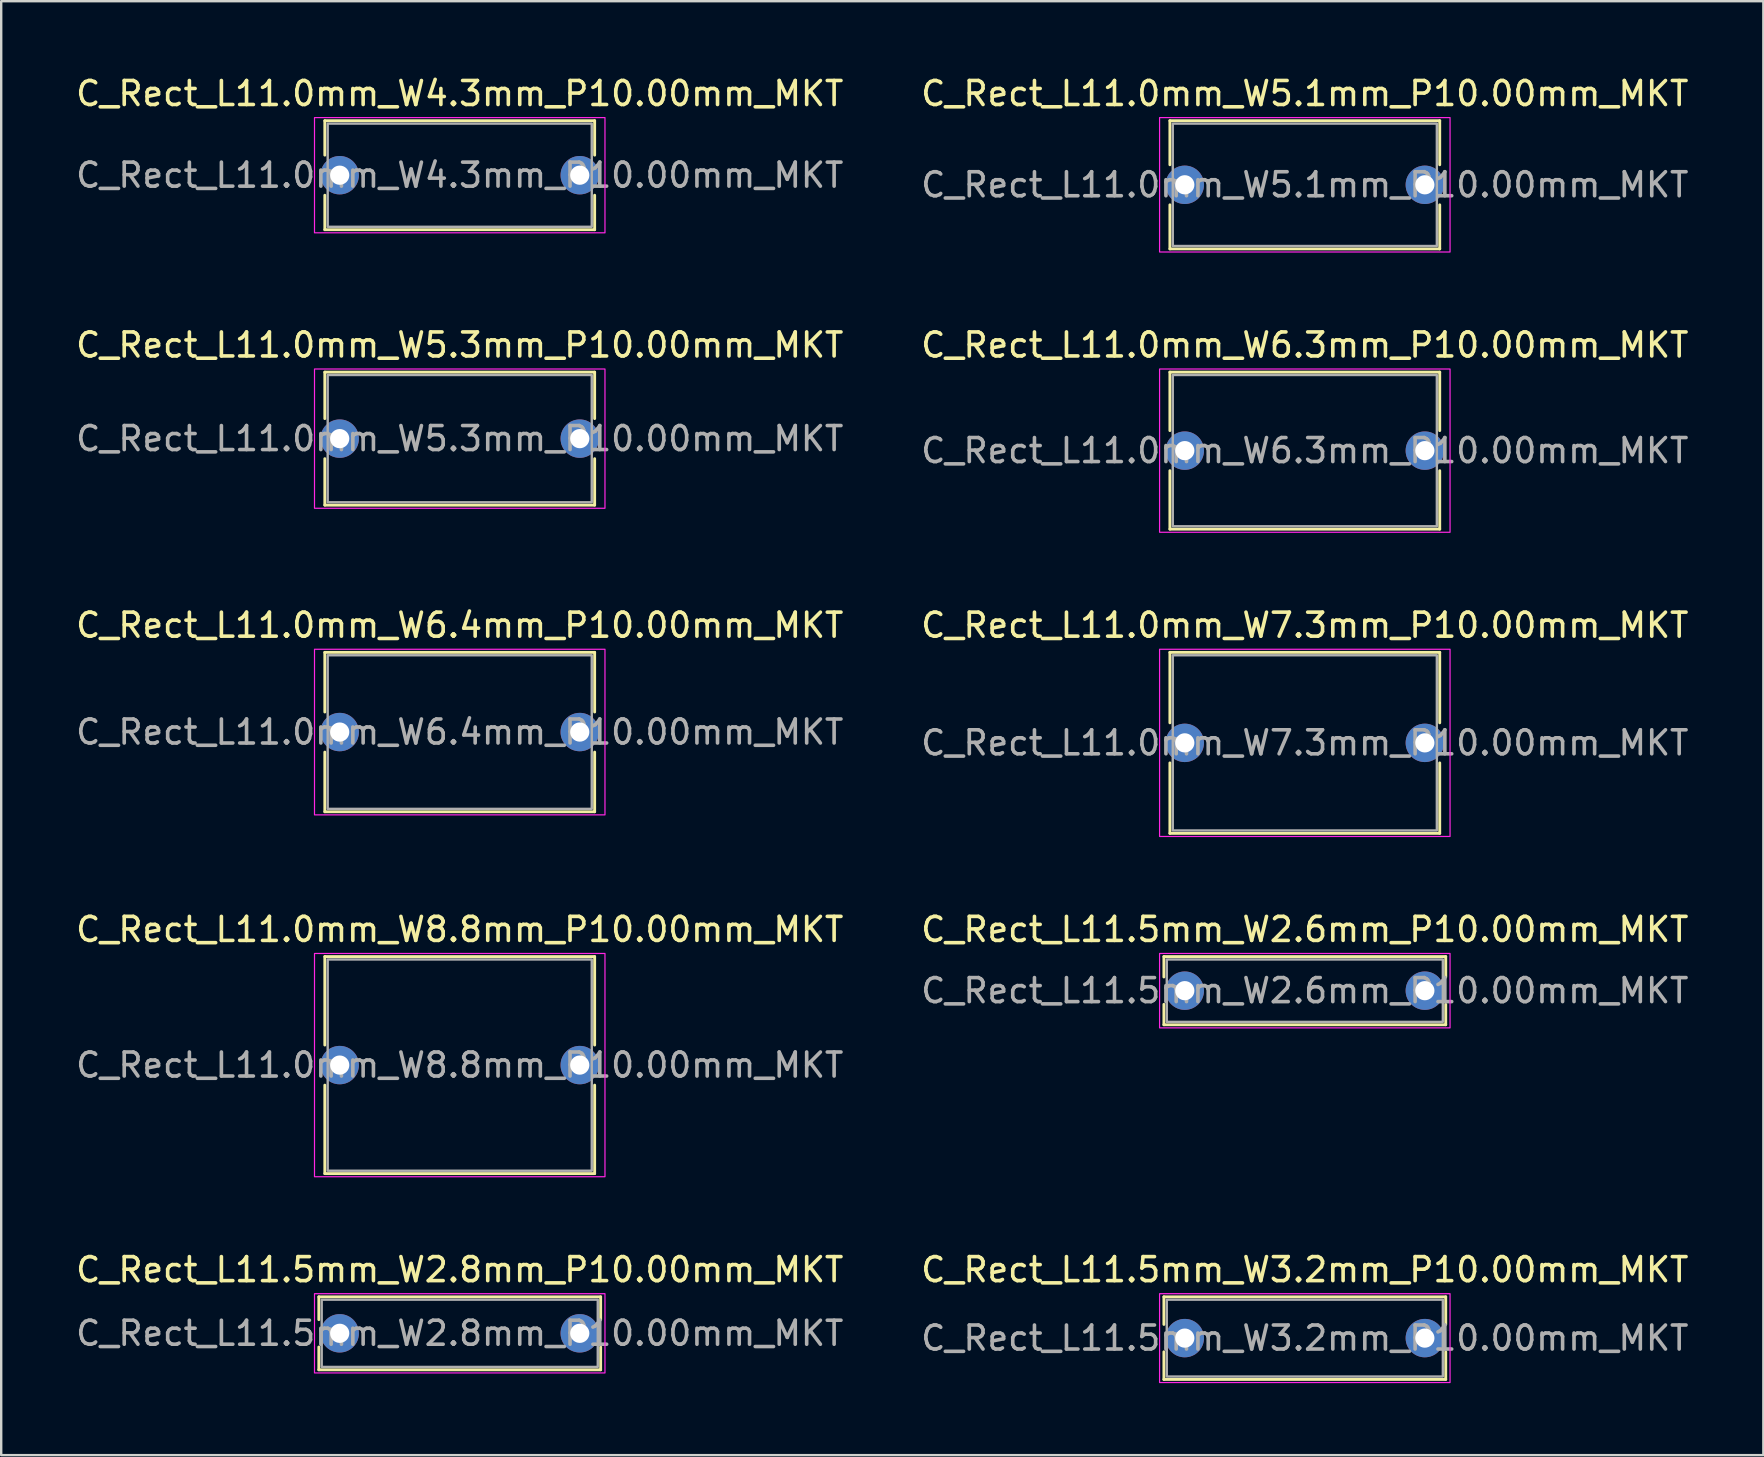
<source format=kicad_pcb>
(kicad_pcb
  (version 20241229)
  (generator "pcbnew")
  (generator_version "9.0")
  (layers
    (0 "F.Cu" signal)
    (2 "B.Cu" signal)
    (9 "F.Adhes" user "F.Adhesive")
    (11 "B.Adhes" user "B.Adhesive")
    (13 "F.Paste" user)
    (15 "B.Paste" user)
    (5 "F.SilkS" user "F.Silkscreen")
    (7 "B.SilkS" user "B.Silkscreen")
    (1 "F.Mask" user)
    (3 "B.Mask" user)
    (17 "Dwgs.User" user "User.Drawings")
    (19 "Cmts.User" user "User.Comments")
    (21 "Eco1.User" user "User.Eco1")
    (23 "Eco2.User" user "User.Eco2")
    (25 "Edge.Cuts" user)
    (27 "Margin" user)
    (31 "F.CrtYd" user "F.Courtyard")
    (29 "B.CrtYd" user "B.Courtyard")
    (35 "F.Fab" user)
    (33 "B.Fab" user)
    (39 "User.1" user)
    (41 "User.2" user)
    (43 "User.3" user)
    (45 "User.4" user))
  (footprint "C_Rect_L11.5mm_W2.8mm_P10.00mm_MKT"
    (layer "F.Cu")
    (at 11.101 52.491)
    (property "Reference" "C_Rect_L11.5mm_W2.8mm_P10.00mm_MKT" (at 5 -2.65 0) (layer "F.SilkS") (effects (font (size 1 1) (thickness 0.15))))
    (attr through_hole)
    (fp_line (start -0.87 -1.52) (end -0.87 -0.57) (stroke (width 0.12) (type solid)) (layer "F.SilkS"))
    (fp_line (start -0.87 -1.52) (end 10.87 -1.52) (stroke (width 0.12) (type solid)) (layer "F.SilkS"))
    (fp_line (start -0.87 0.57) (end -0.87 1.52) (stroke (width 0.12) (type solid)) (layer "F.SilkS"))
    (fp_line (start -0.87 1.52) (end 10.87 1.52) (stroke (width 0.12) (type solid)) (layer "F.SilkS"))
    (fp_line (start 10.87 -1.52) (end 10.87 -0.57) (stroke (width 0.12) (type solid)) (layer "F.SilkS"))
    (fp_line (start 10.87 0.57) (end 10.87 1.52) (stroke (width 0.12) (type solid)) (layer "F.SilkS"))
    (fp_rect (start -1.05 -1.65) (end 11.05 1.65) (stroke (width 0.05) (type solid)) (fill no) (layer "F.CrtYd"))
    (fp_rect (start -0.75 -1.4) (end 10.75 1.4) (stroke (width 0.1) (type solid)) (fill no) (layer "F.Fab"))
    (fp_text user "${REFERENCE}" (at 5 0 0) (layer "F.Fab") (effects (font (size 1 1) (thickness 0.15))))
    (pad "1" thru_hole circle (at 0 0) (size 1.6 1.6) (drill 0.8) (layers "*.Cu" "*.Mask"))
    (pad "2" thru_hole circle (at 10 0) (size 1.6 1.6) (drill 0.8) (layers "*.Cu" "*.Mask")))
  (footprint "C_Rect_L11.0mm_W4.3mm_P10.00mm_MKT"
    (layer "F.Cu")
    (at 11.101 4.248)
    (property "Reference" "C_Rect_L11.0mm_W4.3mm_P10.00mm_MKT" (at 5 -3.4 0) (layer "F.SilkS") (effects (font (size 1 1) (thickness 0.15))))
    (attr through_hole)
    (fp_line (start -0.62 -2.27) (end -0.62 -0.835) (stroke (width 0.12) (type solid)) (layer "F.SilkS"))
    (fp_line (start -0.62 -2.27) (end 10.62 -2.27) (stroke (width 0.12) (type solid)) (layer "F.SilkS"))
    (fp_line (start -0.62 0.835) (end -0.62 2.27) (stroke (width 0.12) (type solid)) (layer "F.SilkS"))
    (fp_line (start -0.62 2.27) (end 10.62 2.27) (stroke (width 0.12) (type solid)) (layer "F.SilkS"))
    (fp_line (start 10.62 -2.27) (end 10.62 -0.835) (stroke (width 0.12) (type solid)) (layer "F.SilkS"))
    (fp_line (start 10.62 0.835) (end 10.62 2.27) (stroke (width 0.12) (type solid)) (layer "F.SilkS"))
    (fp_rect (start -1.05 -2.4) (end 11.05 2.4) (stroke (width 0.05) (type solid)) (fill no) (layer "F.CrtYd"))
    (fp_rect (start -0.5 -2.15) (end 10.5 2.15) (stroke (width 0.1) (type solid)) (fill no) (layer "F.Fab"))
    (fp_text user "${REFERENCE}" (at 5 0 0) (layer "F.Fab") (effects (font (size 1 1) (thickness 0.15))))
    (pad "1" thru_hole circle (at 0 0) (size 1.6 1.6) (drill 0.8) (layers "*.Cu" "*.Mask"))
    (pad "2" thru_hole circle (at 10 0) (size 1.6 1.6) (drill 0.8) (layers "*.Cu" "*.Mask")))
  (footprint "C_Rect_L11.0mm_W8.8mm_P10.00mm_MKT"
    (layer "F.Cu")
    (at 11.101 41.318)
    (property "Reference" "C_Rect_L11.0mm_W8.8mm_P10.00mm_MKT" (at 5 -5.65 0) (layer "F.SilkS") (effects (font (size 1 1) (thickness 0.15))))
    (attr through_hole)
    (fp_line (start -0.62 -4.52) (end -0.62 -0.835) (stroke (width 0.12) (type solid)) (layer "F.SilkS"))
    (fp_line (start -0.62 -4.52) (end 10.62 -4.52) (stroke (width 0.12) (type solid)) (layer "F.SilkS"))
    (fp_line (start -0.62 0.835) (end -0.62 4.52) (stroke (width 0.12) (type solid)) (layer "F.SilkS"))
    (fp_line (start -0.62 4.52) (end 10.62 4.52) (stroke (width 0.12) (type solid)) (layer "F.SilkS"))
    (fp_line (start 10.62 -4.52) (end 10.62 -0.835) (stroke (width 0.12) (type solid)) (layer "F.SilkS"))
    (fp_line (start 10.62 0.835) (end 10.62 4.52) (stroke (width 0.12) (type solid)) (layer "F.SilkS"))
    (fp_rect (start -1.05 -4.65) (end 11.05 4.65) (stroke (width 0.05) (type solid)) (fill no) (layer "F.CrtYd"))
    (fp_rect (start -0.5 -4.4) (end 10.5 4.4) (stroke (width 0.1) (type solid)) (fill no) (layer "F.Fab"))
    (fp_text user "${REFERENCE}" (at 5 0 0) (layer "F.Fab") (effects (font (size 1 1) (thickness 0.15))))
    (pad "1" thru_hole circle (at 0 0) (size 1.6 1.6) (drill 0.8) (layers "*.Cu" "*.Mask"))
    (pad "2" thru_hole circle (at 10 0) (size 1.6 1.6) (drill 0.8) (layers "*.Cu" "*.Mask")))
  (footprint "C_Rect_L11.5mm_W3.2mm_P10.00mm_MKT"
    (layer "F.Cu")
    (at 46.304 52.691)
    (property "Reference" "C_Rect_L11.5mm_W3.2mm_P10.00mm_MKT" (at 5 -2.85 0) (layer "F.SilkS") (effects (font (size 1 1) (thickness 0.15))))
    (attr through_hole)
    (fp_line (start -0.87 -1.72) (end -0.87 -0.57) (stroke (width 0.12) (type solid)) (layer "F.SilkS"))
    (fp_line (start -0.87 -1.72) (end 10.87 -1.72) (stroke (width 0.12) (type solid)) (layer "F.SilkS"))
    (fp_line (start -0.87 0.57) (end -0.87 1.72) (stroke (width 0.12) (type solid)) (layer "F.SilkS"))
    (fp_line (start -0.87 1.72) (end 10.87 1.72) (stroke (width 0.12) (type solid)) (layer "F.SilkS"))
    (fp_line (start 10.87 -1.72) (end 10.87 -0.57) (stroke (width 0.12) (type solid)) (layer "F.SilkS"))
    (fp_line (start 10.87 0.57) (end 10.87 1.72) (stroke (width 0.12) (type solid)) (layer "F.SilkS"))
    (fp_rect (start -1.05 -1.85) (end 11.05 1.85) (stroke (width 0.05) (type solid)) (fill no) (layer "F.CrtYd"))
    (fp_rect (start -0.75 -1.6) (end 10.75 1.6) (stroke (width 0.1) (type solid)) (fill no) (layer "F.Fab"))
    (fp_text user "${REFERENCE}" (at 5 0 0) (layer "F.Fab") (effects (font (size 1 1) (thickness 0.15))))
    (pad "1" thru_hole circle (at 0 0) (size 1.6 1.6) (drill 0.8) (layers "*.Cu" "*.Mask"))
    (pad "2" thru_hole circle (at 10 0) (size 1.6 1.6) (drill 0.8) (layers "*.Cu" "*.Mask")))
  (footprint "C_Rect_L11.0mm_W6.3mm_P10.00mm_MKT"
    (layer "F.Cu")
    (at 46.304 15.722)
    (property "Reference" "C_Rect_L11.0mm_W6.3mm_P10.00mm_MKT" (at 5 -4.4 0) (layer "F.SilkS") (effects (font (size 1 1) (thickness 0.15))))
    (attr through_hole)
    (fp_line (start -0.62 -3.27) (end -0.62 -0.835) (stroke (width 0.12) (type solid)) (layer "F.SilkS"))
    (fp_line (start -0.62 -3.27) (end 10.62 -3.27) (stroke (width 0.12) (type solid)) (layer "F.SilkS"))
    (fp_line (start -0.62 0.835) (end -0.62 3.27) (stroke (width 0.12) (type solid)) (layer "F.SilkS"))
    (fp_line (start -0.62 3.27) (end 10.62 3.27) (stroke (width 0.12) (type solid)) (layer "F.SilkS"))
    (fp_line (start 10.62 -3.27) (end 10.62 -0.835) (stroke (width 0.12) (type solid)) (layer "F.SilkS"))
    (fp_line (start 10.62 0.835) (end 10.62 3.27) (stroke (width 0.12) (type solid)) (layer "F.SilkS"))
    (fp_rect (start -1.05 -3.4) (end 11.05 3.4) (stroke (width 0.05) (type solid)) (fill no) (layer "F.CrtYd"))
    (fp_rect (start -0.5 -3.15) (end 10.5 3.15) (stroke (width 0.1) (type solid)) (fill no) (layer "F.Fab"))
    (fp_text user "${REFERENCE}" (at 5 0 0) (layer "F.Fab") (effects (font (size 1 1) (thickness 0.15))))
    (pad "1" thru_hole circle (at 0 0) (size 1.6 1.6) (drill 0.8) (layers "*.Cu" "*.Mask"))
    (pad "2" thru_hole circle (at 10 0) (size 1.6 1.6) (drill 0.8) (layers "*.Cu" "*.Mask")))
  (footprint "C_Rect_L11.0mm_W5.3mm_P10.00mm_MKT"
    (layer "F.Cu")
    (at 11.101 15.222)
    (property "Reference" "C_Rect_L11.0mm_W5.3mm_P10.00mm_MKT" (at 5 -3.9 0) (layer "F.SilkS") (effects (font (size 1 1) (thickness 0.15))))
    (attr through_hole)
    (fp_line (start -0.62 -2.77) (end -0.62 -0.835) (stroke (width 0.12) (type solid)) (layer "F.SilkS"))
    (fp_line (start -0.62 -2.77) (end 10.62 -2.77) (stroke (width 0.12) (type solid)) (layer "F.SilkS"))
    (fp_line (start -0.62 0.835) (end -0.62 2.77) (stroke (width 0.12) (type solid)) (layer "F.SilkS"))
    (fp_line (start -0.62 2.77) (end 10.62 2.77) (stroke (width 0.12) (type solid)) (layer "F.SilkS"))
    (fp_line (start 10.62 -2.77) (end 10.62 -0.835) (stroke (width 0.12) (type solid)) (layer "F.SilkS"))
    (fp_line (start 10.62 0.835) (end 10.62 2.77) (stroke (width 0.12) (type solid)) (layer "F.SilkS"))
    (fp_rect (start -1.05 -2.9) (end 11.05 2.9) (stroke (width 0.05) (type solid)) (fill no) (layer "F.CrtYd"))
    (fp_rect (start -0.5 -2.65) (end 10.5 2.65) (stroke (width 0.1) (type solid)) (fill no) (layer "F.Fab"))
    (fp_text user "${REFERENCE}" (at 5 0 0) (layer "F.Fab") (effects (font (size 1 1) (thickness 0.15))))
    (pad "1" thru_hole circle (at 0 0) (size 1.6 1.6) (drill 0.8) (layers "*.Cu" "*.Mask"))
    (pad "2" thru_hole circle (at 10 0) (size 1.6 1.6) (drill 0.8) (layers "*.Cu" "*.Mask")))
  (footprint "C_Rect_L11.0mm_W6.4mm_P10.00mm_MKT"
    (layer "F.Cu")
    (at 11.101 27.445)
    (property "Reference" "C_Rect_L11.0mm_W6.4mm_P10.00mm_MKT" (at 5 -4.45 0) (layer "F.SilkS") (effects (font (size 1 1) (thickness 0.15))))
    (attr through_hole)
    (fp_line (start -0.62 -3.32) (end -0.62 -0.835) (stroke (width 0.12) (type solid)) (layer "F.SilkS"))
    (fp_line (start -0.62 -3.32) (end 10.62 -3.32) (stroke (width 0.12) (type solid)) (layer "F.SilkS"))
    (fp_line (start -0.62 0.835) (end -0.62 3.32) (stroke (width 0.12) (type solid)) (layer "F.SilkS"))
    (fp_line (start -0.62 3.32) (end 10.62 3.32) (stroke (width 0.12) (type solid)) (layer "F.SilkS"))
    (fp_line (start 10.62 -3.32) (end 10.62 -0.835) (stroke (width 0.12) (type solid)) (layer "F.SilkS"))
    (fp_line (start 10.62 0.835) (end 10.62 3.32) (stroke (width 0.12) (type solid)) (layer "F.SilkS"))
    (fp_rect (start -1.05 -3.45) (end 11.05 3.45) (stroke (width 0.05) (type solid)) (fill no) (layer "F.CrtYd"))
    (fp_rect (start -0.5 -3.2) (end 10.5 3.2) (stroke (width 0.1) (type solid)) (fill no) (layer "F.Fab"))
    (fp_text user "${REFERENCE}" (at 5 0 0) (layer "F.Fab") (effects (font (size 1 1) (thickness 0.15))))
    (pad "1" thru_hole circle (at 0 0) (size 1.6 1.6) (drill 0.8) (layers "*.Cu" "*.Mask"))
    (pad "2" thru_hole circle (at 10 0) (size 1.6 1.6) (drill 0.8) (layers "*.Cu" "*.Mask")))
  (footprint "C_Rect_L11.5mm_W2.6mm_P10.00mm_MKT"
    (layer "F.Cu")
    (at 46.304 38.218)
    (property "Reference" "C_Rect_L11.5mm_W2.6mm_P10.00mm_MKT" (at 5 -2.55 0) (layer "F.SilkS") (effects (font (size 1 1) (thickness 0.15))))
    (attr through_hole)
    (fp_line (start -0.87 -1.42) (end -0.87 -0.57) (stroke (width 0.12) (type solid)) (layer "F.SilkS"))
    (fp_line (start -0.87 -1.42) (end 10.87 -1.42) (stroke (width 0.12) (type solid)) (layer "F.SilkS"))
    (fp_line (start -0.87 0.57) (end -0.87 1.42) (stroke (width 0.12) (type solid)) (layer "F.SilkS"))
    (fp_line (start -0.87 1.42) (end 10.87 1.42) (stroke (width 0.12) (type solid)) (layer "F.SilkS"))
    (fp_line (start 10.87 -1.42) (end 10.87 -0.57) (stroke (width 0.12) (type solid)) (layer "F.SilkS"))
    (fp_line (start 10.87 0.57) (end 10.87 1.42) (stroke (width 0.12) (type solid)) (layer "F.SilkS"))
    (fp_rect (start -1.05 -1.55) (end 11.05 1.55) (stroke (width 0.05) (type solid)) (fill no) (layer "F.CrtYd"))
    (fp_rect (start -0.75 -1.3) (end 10.75 1.3) (stroke (width 0.1) (type solid)) (fill no) (layer "F.Fab"))
    (fp_text user "${REFERENCE}" (at 5 0 0) (layer "F.Fab") (effects (font (size 1 1) (thickness 0.15))))
    (pad "1" thru_hole circle (at 0 0) (size 1.6 1.6) (drill 0.8) (layers "*.Cu" "*.Mask"))
    (pad "2" thru_hole circle (at 10 0) (size 1.6 1.6) (drill 0.8) (layers "*.Cu" "*.Mask")))
  (footprint "C_Rect_L11.0mm_W5.1mm_P10.00mm_MKT"
    (layer "F.Cu")
    (at 46.304 4.648)
    (property "Reference" "C_Rect_L11.0mm_W5.1mm_P10.00mm_MKT" (at 5 -3.8 0) (layer "F.SilkS") (effects (font (size 1 1) (thickness 0.15))))
    (attr through_hole)
    (fp_line (start -0.62 -2.67) (end -0.62 -0.835) (stroke (width 0.12) (type solid)) (layer "F.SilkS"))
    (fp_line (start -0.62 -2.67) (end 10.62 -2.67) (stroke (width 0.12) (type solid)) (layer "F.SilkS"))
    (fp_line (start -0.62 0.835) (end -0.62 2.67) (stroke (width 0.12) (type solid)) (layer "F.SilkS"))
    (fp_line (start -0.62 2.67) (end 10.62 2.67) (stroke (width 0.12) (type solid)) (layer "F.SilkS"))
    (fp_line (start 10.62 -2.67) (end 10.62 -0.835) (stroke (width 0.12) (type solid)) (layer "F.SilkS"))
    (fp_line (start 10.62 0.835) (end 10.62 2.67) (stroke (width 0.12) (type solid)) (layer "F.SilkS"))
    (fp_rect (start -1.05 -2.8) (end 11.05 2.8) (stroke (width 0.05) (type solid)) (fill no) (layer "F.CrtYd"))
    (fp_rect (start -0.5 -2.55) (end 10.5 2.55) (stroke (width 0.1) (type solid)) (fill no) (layer "F.Fab"))
    (fp_text user "${REFERENCE}" (at 5 0 0) (layer "F.Fab") (effects (font (size 1 1) (thickness 0.15))))
    (pad "1" thru_hole circle (at 0 0) (size 1.6 1.6) (drill 0.8) (layers "*.Cu" "*.Mask"))
    (pad "2" thru_hole circle (at 10 0) (size 1.6 1.6) (drill 0.8) (layers "*.Cu" "*.Mask")))
  (footprint "C_Rect_L11.0mm_W7.3mm_P10.00mm_MKT"
    (layer "F.Cu")
    (at 46.304 27.895)
    (property "Reference" "C_Rect_L11.0mm_W7.3mm_P10.00mm_MKT" (at 5 -4.9 0) (layer "F.SilkS") (effects (font (size 1 1) (thickness 0.15))))
    (attr through_hole)
    (fp_line (start -0.62 -3.77) (end -0.62 -0.835) (stroke (width 0.12) (type solid)) (layer "F.SilkS"))
    (fp_line (start -0.62 -3.77) (end 10.62 -3.77) (stroke (width 0.12) (type solid)) (layer "F.SilkS"))
    (fp_line (start -0.62 0.835) (end -0.62 3.77) (stroke (width 0.12) (type solid)) (layer "F.SilkS"))
    (fp_line (start -0.62 3.77) (end 10.62 3.77) (stroke (width 0.12) (type solid)) (layer "F.SilkS"))
    (fp_line (start 10.62 -3.77) (end 10.62 -0.835) (stroke (width 0.12) (type solid)) (layer "F.SilkS"))
    (fp_line (start 10.62 0.835) (end 10.62 3.77) (stroke (width 0.12) (type solid)) (layer "F.SilkS"))
    (fp_rect (start -1.05 -3.9) (end 11.05 3.9) (stroke (width 0.05) (type solid)) (fill no) (layer "F.CrtYd"))
    (fp_rect (start -0.5 -3.65) (end 10.5 3.65) (stroke (width 0.1) (type solid)) (fill no) (layer "F.Fab"))
    (fp_text user "${REFERENCE}" (at 5 0 0) (layer "F.Fab") (effects (font (size 1 1) (thickness 0.15))))
    (pad "1" thru_hole circle (at 0 0) (size 1.6 1.6) (drill 0.8) (layers "*.Cu" "*.Mask"))
    (pad "2" thru_hole circle (at 10 0) (size 1.6 1.6) (drill 0.8) (layers "*.Cu" "*.Mask")))
  (gr_rect
    (start -3 -3)
    (end 70.405 57.566)
    (stroke (width 0.1) (type default))
    (fill no)
    (layer "Edge.Cuts")))
</source>
